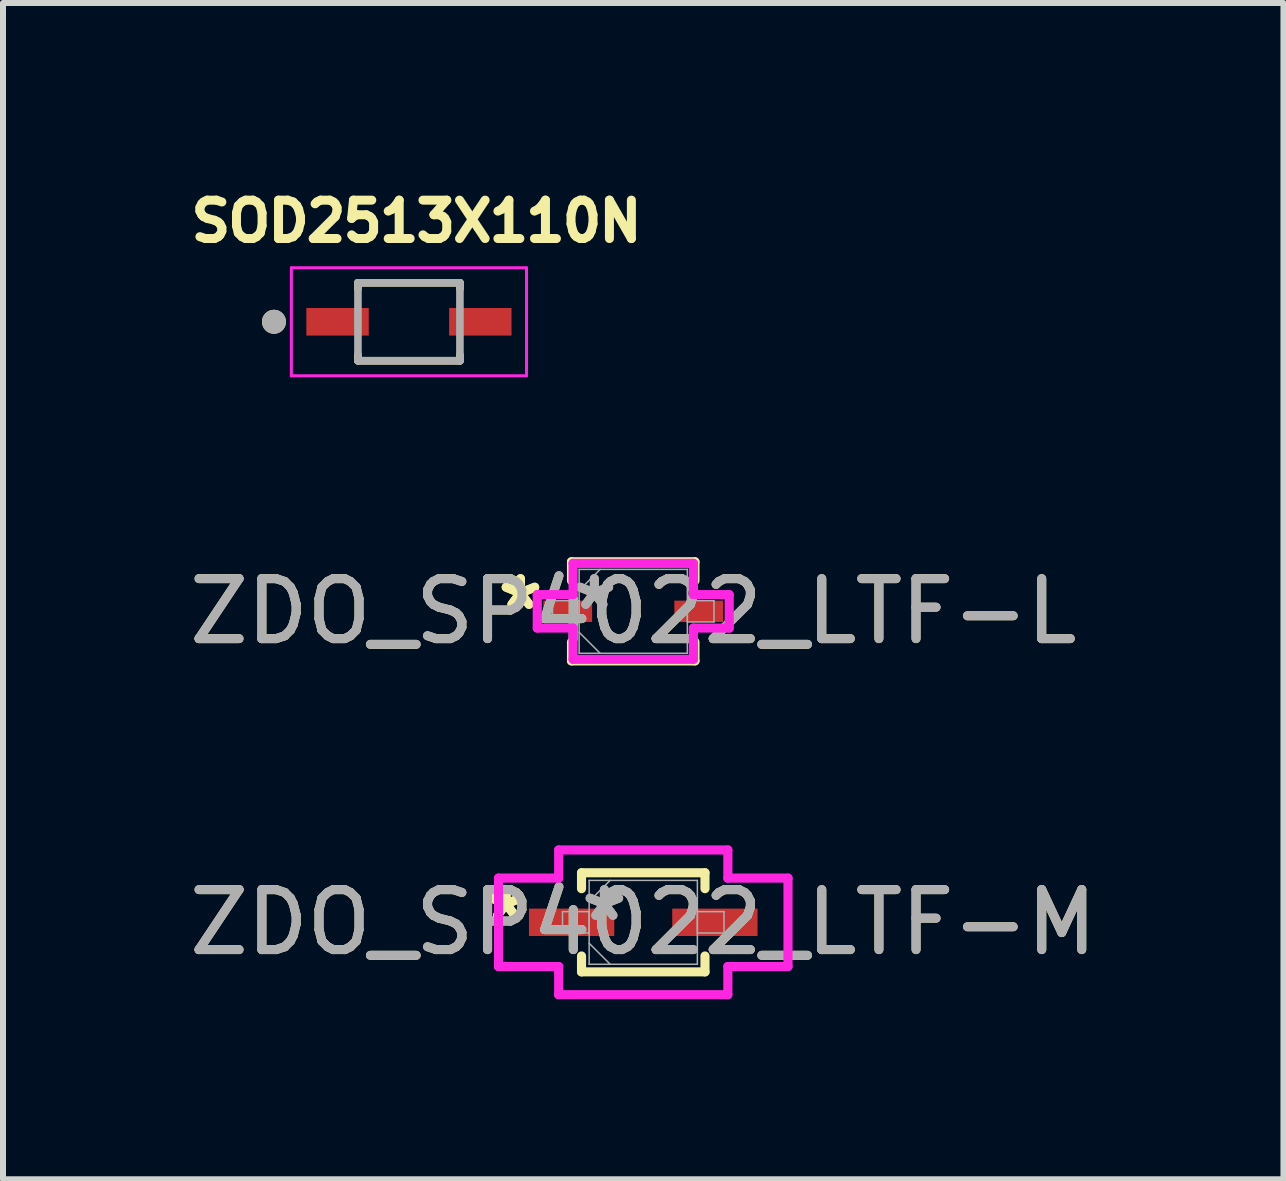
<source format=kicad_pcb>
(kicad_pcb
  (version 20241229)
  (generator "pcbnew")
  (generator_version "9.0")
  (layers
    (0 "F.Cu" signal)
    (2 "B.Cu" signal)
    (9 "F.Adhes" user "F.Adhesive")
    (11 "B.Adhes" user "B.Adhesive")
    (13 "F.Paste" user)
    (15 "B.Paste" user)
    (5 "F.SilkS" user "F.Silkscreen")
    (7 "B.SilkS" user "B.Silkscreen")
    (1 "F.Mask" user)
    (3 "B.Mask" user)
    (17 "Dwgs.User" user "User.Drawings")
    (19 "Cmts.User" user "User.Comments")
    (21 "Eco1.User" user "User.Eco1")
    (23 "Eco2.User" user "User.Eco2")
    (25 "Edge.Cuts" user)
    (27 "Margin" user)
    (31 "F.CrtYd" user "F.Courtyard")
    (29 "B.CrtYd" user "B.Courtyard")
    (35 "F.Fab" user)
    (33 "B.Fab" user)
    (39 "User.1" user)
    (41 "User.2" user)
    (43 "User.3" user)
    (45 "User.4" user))
  (footprint "SOD2513X110N"
    (layer "F.Cu")
    (at 3.767 2.314)
    (property "Reference" "SOD2513X110N" (at 0.127 -1.676 0) (layer "F.SilkS") (effects (font (size 0.64 0.64) (thickness 0.15))))
    (attr smd)
    (fp_line (start -0.85 -0.65) (end 0.85 -0.65) (stroke (width 0.127) (type solid)) (layer "F.SilkS"))
    (fp_line (start -0.85 -0.55) (end -0.85 -0.65) (stroke (width 0.127) (type solid)) (layer "F.SilkS"))
    (fp_line (start -0.85 0.65) (end -0.85 0.55) (stroke (width 0.127) (type solid)) (layer "F.SilkS"))
    (fp_line (start 0.85 -0.65) (end 0.85 -0.55) (stroke (width 0.127) (type solid)) (layer "F.SilkS"))
    (fp_line (start 0.85 0.55) (end 0.85 0.65) (stroke (width 0.127) (type solid)) (layer "F.SilkS"))
    (fp_line (start 0.85 0.65) (end -0.85 0.65) (stroke (width 0.127) (type solid)) (layer "F.SilkS"))
    (fp_circle (center -2.25 0) (end -2.15 0) (stroke (width 0.2) (type solid)) (fill no) (layer "F.SilkS"))
    (fp_line (start -1.96 -0.9) (end 1.96 -0.9) (stroke (width 0.05) (type solid)) (layer "F.CrtYd"))
    (fp_line (start -1.96 0.9) (end -1.96 -0.9) (stroke (width 0.05) (type solid)) (layer "F.CrtYd"))
    (fp_line (start 1.96 -0.9) (end 1.96 0.9) (stroke (width 0.05) (type solid)) (layer "F.CrtYd"))
    (fp_line (start 1.96 0.9) (end -1.96 0.9) (stroke (width 0.05) (type solid)) (layer "F.CrtYd"))
    (fp_line (start -0.85 -0.65) (end 0.85 -0.65) (stroke (width 0.127) (type solid)) (layer "F.Fab"))
    (fp_line (start -0.85 0.65) (end -0.85 -0.65) (stroke (width 0.127) (type solid)) (layer "F.Fab"))
    (fp_line (start 0.85 -0.65) (end 0.85 0.65) (stroke (width 0.127) (type solid)) (layer "F.Fab"))
    (fp_line (start 0.85 0.65) (end -0.85 0.65) (stroke (width 0.127) (type solid)) (layer "F.Fab"))
    (fp_circle (center -2.25 0) (end -2.15 0) (stroke (width 0.2) (type solid)) (fill no) (layer "F.Fab"))
    (pad "A" smd rect (at 1.19 0) (size 1.04 0.46) (layers "F.Cu" "F.Mask" "F.Paste"))
    (pad "K" smd rect (at -1.19 0) (size 1.04 0.46) (layers "F.Cu" "F.Mask" "F.Paste")))
  (footprint "ZDO_SP4022_LTF-M"
    (layer "F.Cu")
    (at 7.673 12.325)
    (property "Reference" "ZDO_SP4022_LTF-M" (at 0 0 0) (unlocked yes) (layer "F.SilkS") (effects (font (size 1 1) (thickness 0.15))))
    (attr smd)
    (fp_line (start -1.029 -0.826) (end -1.029 -0.561) (stroke (width 0.152) (type solid)) (layer "F.SilkS"))
    (fp_line (start -1.029 0.561) (end -1.029 0.826) (stroke (width 0.152) (type solid)) (layer "F.SilkS"))
    (fp_line (start -1.029 0.826) (end 1.029 0.826) (stroke (width 0.152) (type solid)) (layer "F.SilkS"))
    (fp_line (start 1.029 -0.826) (end -1.029 -0.826) (stroke (width 0.152) (type solid)) (layer "F.SilkS"))
    (fp_line (start 1.029 -0.561) (end 1.029 -0.826) (stroke (width 0.152) (type solid)) (layer "F.SilkS"))
    (fp_line (start 1.029 0.826) (end 1.029 0.561) (stroke (width 0.152) (type solid)) (layer "F.SilkS"))
    (fp_line (start -2.413 -0.737) (end -1.41 -0.737) (stroke (width 0.152) (type solid)) (layer "F.CrtYd"))
    (fp_line (start -2.413 0.737) (end -2.413 -0.737) (stroke (width 0.152) (type solid)) (layer "F.CrtYd"))
    (fp_line (start -1.41 -1.206) (end 1.41 -1.206) (stroke (width 0.152) (type solid)) (layer "F.CrtYd"))
    (fp_line (start -1.41 -0.737) (end -1.41 -1.206) (stroke (width 0.152) (type solid)) (layer "F.CrtYd"))
    (fp_line (start -1.41 0.737) (end -2.413 0.737) (stroke (width 0.152) (type solid)) (layer "F.CrtYd"))
    (fp_line (start -1.41 1.206) (end -1.41 0.737) (stroke (width 0.152) (type solid)) (layer "F.CrtYd"))
    (fp_line (start 1.41 -1.206) (end 1.41 -0.737) (stroke (width 0.152) (type solid)) (layer "F.CrtYd"))
    (fp_line (start 1.41 -0.737) (end 2.413 -0.737) (stroke (width 0.152) (type solid)) (layer "F.CrtYd"))
    (fp_line (start 1.41 0.737) (end 1.41 1.206) (stroke (width 0.152) (type solid)) (layer "F.CrtYd"))
    (fp_line (start 1.41 1.206) (end -1.41 1.206) (stroke (width 0.152) (type solid)) (layer "F.CrtYd"))
    (fp_line (start 2.413 -0.737) (end 2.413 0.737) (stroke (width 0.152) (type solid)) (layer "F.CrtYd"))
    (fp_line (start 2.413 0.737) (end 1.41 0.737) (stroke (width 0.152) (type solid)) (layer "F.CrtYd"))
    (fp_line (start -1.346 -0.178) (end -1.346 0.178) (stroke (width 0.025) (type solid)) (layer "F.Fab"))
    (fp_line (start -1.346 0.178) (end -0.902 0.178) (stroke (width 0.025) (type solid)) (layer "F.Fab"))
    (fp_line (start -0.902 -0.699) (end -0.902 0.699) (stroke (width 0.025) (type solid)) (layer "F.Fab"))
    (fp_line (start -0.902 -0.349) (end -0.552 -0.699) (stroke (width 0.025) (type solid)) (layer "F.Fab"))
    (fp_line (start -0.902 -0.178) (end -1.346 -0.178) (stroke (width 0.025) (type solid)) (layer "F.Fab"))
    (fp_line (start -0.902 0.178) (end -0.902 -0.178) (stroke (width 0.025) (type solid)) (layer "F.Fab"))
    (fp_line (start -0.902 0.349) (end -0.552 0.699) (stroke (width 0.025) (type solid)) (layer "F.Fab"))
    (fp_line (start -0.902 0.699) (end 0.902 0.699) (stroke (width 0.025) (type solid)) (layer "F.Fab"))
    (fp_line (start 0.902 -0.699) (end -0.902 -0.699) (stroke (width 0.025) (type solid)) (layer "F.Fab"))
    (fp_line (start 0.902 -0.178) (end 0.902 0.178) (stroke (width 0.025) (type solid)) (layer "F.Fab"))
    (fp_line (start 0.902 0.178) (end 1.346 0.178) (stroke (width 0.025) (type solid)) (layer "F.Fab"))
    (fp_line (start 0.902 0.699) (end 0.902 -0.699) (stroke (width 0.025) (type solid)) (layer "F.Fab"))
    (fp_line (start 1.346 -0.178) (end 0.902 -0.178) (stroke (width 0.025) (type solid)) (layer "F.Fab"))
    (fp_line (start 1.346 0.178) (end 1.346 -0.178) (stroke (width 0.025) (type solid)) (layer "F.Fab"))
    (fp_text user "*" (at -2.286 0 0) (unlocked yes) (layer "F.SilkS") (effects (font (size 1 1) (thickness 0.15))))
    (fp_text user "*" (at -2.286 0 0) (layer "F.SilkS") (effects (font (size 1 1) (thickness 0.15))))
    (fp_text user "*" (at -0.648 0 0) (unlocked yes) (layer "F.Fab") (effects (font (size 1 1) (thickness 0.15))))
    (fp_text user "*" (at -0.648 0 0) (layer "F.Fab") (effects (font (size 1 1) (thickness 0.15))))
    (fp_text user "${REFERENCE}" (at 0 0 0) (unlocked yes) (layer "F.Fab") (effects (font (size 1 1) (thickness 0.15))))
    (pad "1" smd rect (at -1.194 0) (size 1.422 0.457) (layers "F.Cu" "F.Mask" "F.Paste"))
    (pad "2" smd rect (at 1.194 0) (size 1.422 0.457) (layers "F.Cu" "F.Mask" "F.Paste")))
  (footprint "ZDO_SP4022_LTF-L"
    (layer "F.Cu")
    (at 7.506 7.141)
    (property "Reference" "ZDO_SP4022_LTF-L" (at 0 0 0) (unlocked yes) (layer "F.SilkS") (effects (font (size 1 1) (thickness 0.15))))
    (attr smd)
    (fp_line (start -1.029 -0.826) (end -1.029 -0.511) (stroke (width 0.152) (type solid)) (layer "F.SilkS"))
    (fp_line (start -1.029 0.511) (end -1.029 0.826) (stroke (width 0.152) (type solid)) (layer "F.SilkS"))
    (fp_line (start -1.029 0.826) (end 1.029 0.826) (stroke (width 0.152) (type solid)) (layer "F.SilkS"))
    (fp_line (start 1.029 -0.826) (end -1.029 -0.826) (stroke (width 0.152) (type solid)) (layer "F.SilkS"))
    (fp_line (start 1.029 -0.511) (end 1.029 -0.826) (stroke (width 0.152) (type solid)) (layer "F.SilkS"))
    (fp_line (start 1.029 0.826) (end 1.029 0.511) (stroke (width 0.152) (type solid)) (layer "F.SilkS"))
    (fp_line (start -1.6 -0.279) (end -1.003 -0.279) (stroke (width 0.152) (type solid)) (layer "F.CrtYd"))
    (fp_line (start -1.6 0.279) (end -1.6 -0.279) (stroke (width 0.152) (type solid)) (layer "F.CrtYd"))
    (fp_line (start -1.003 -0.8) (end 1.003 -0.8) (stroke (width 0.152) (type solid)) (layer "F.CrtYd"))
    (fp_line (start -1.003 -0.279) (end -1.003 -0.8) (stroke (width 0.152) (type solid)) (layer "F.CrtYd"))
    (fp_line (start -1.003 0.279) (end -1.6 0.279) (stroke (width 0.152) (type solid)) (layer "F.CrtYd"))
    (fp_line (start -1.003 0.8) (end -1.003 0.279) (stroke (width 0.152) (type solid)) (layer "F.CrtYd"))
    (fp_line (start 1.003 -0.8) (end 1.003 -0.279) (stroke (width 0.152) (type solid)) (layer "F.CrtYd"))
    (fp_line (start 1.003 -0.279) (end 1.6 -0.279) (stroke (width 0.152) (type solid)) (layer "F.CrtYd"))
    (fp_line (start 1.003 0.279) (end 1.003 0.8) (stroke (width 0.152) (type solid)) (layer "F.CrtYd"))
    (fp_line (start 1.003 0.8) (end -1.003 0.8) (stroke (width 0.152) (type solid)) (layer "F.CrtYd"))
    (fp_line (start 1.6 -0.279) (end 1.6 0.279) (stroke (width 0.152) (type solid)) (layer "F.CrtYd"))
    (fp_line (start 1.6 0.279) (end 1.003 0.279) (stroke (width 0.152) (type solid)) (layer "F.CrtYd"))
    (fp_line (start -1.346 -0.178) (end -1.346 0.178) (stroke (width 0.025) (type solid)) (layer "F.Fab"))
    (fp_line (start -1.346 0.178) (end -0.902 0.178) (stroke (width 0.025) (type solid)) (layer "F.Fab"))
    (fp_line (start -0.902 -0.699) (end -0.902 0.699) (stroke (width 0.025) (type solid)) (layer "F.Fab"))
    (fp_line (start -0.902 -0.349) (end -0.552 -0.699) (stroke (width 0.025) (type solid)) (layer "F.Fab"))
    (fp_line (start -0.902 -0.178) (end -1.346 -0.178) (stroke (width 0.025) (type solid)) (layer "F.Fab"))
    (fp_line (start -0.902 0.178) (end -0.902 -0.178) (stroke (width 0.025) (type solid)) (layer "F.Fab"))
    (fp_line (start -0.902 0.349) (end -0.552 0.699) (stroke (width 0.025) (type solid)) (layer "F.Fab"))
    (fp_line (start -0.902 0.699) (end 0.902 0.699) (stroke (width 0.025) (type solid)) (layer "F.Fab"))
    (fp_line (start 0.902 -0.699) (end -0.902 -0.699) (stroke (width 0.025) (type solid)) (layer "F.Fab"))
    (fp_line (start 0.902 -0.178) (end 0.902 0.178) (stroke (width 0.025) (type solid)) (layer "F.Fab"))
    (fp_line (start 0.902 0.178) (end 1.346 0.178) (stroke (width 0.025) (type solid)) (layer "F.Fab"))
    (fp_line (start 0.902 0.699) (end 0.902 -0.699) (stroke (width 0.025) (type solid)) (layer "F.Fab"))
    (fp_line (start 1.346 -0.178) (end 0.902 -0.178) (stroke (width 0.025) (type solid)) (layer "F.Fab"))
    (fp_line (start 1.346 0.178) (end 1.346 -0.178) (stroke (width 0.025) (type solid)) (layer "F.Fab"))
    (fp_text user "*" (at -1.88 0 0) (unlocked yes) (layer "F.SilkS") (effects (font (size 1 1) (thickness 0.15))))
    (fp_text user "*" (at -1.88 0 0) (layer "F.SilkS") (effects (font (size 1 1) (thickness 0.15))))
    (fp_text user "*" (at -0.648 0 0) (layer "F.Fab") (effects (font (size 1 1) (thickness 0.15))))
    (fp_text user "*" (at -0.648 0 0) (unlocked yes) (layer "F.Fab") (effects (font (size 1 1) (thickness 0.15))))
    (fp_text user "${REFERENCE}" (at 0 0 0) (unlocked yes) (layer "F.Fab") (effects (font (size 1 1) (thickness 0.15))))
    (pad "1" smd rect (at -1.092 0) (size 0.813 0.356) (layers "F.Cu" "F.Mask" "F.Paste"))
    (pad "2" smd rect (at 1.092 0) (size 0.813 0.356) (layers "F.Cu" "F.Mask" "F.Paste")))
  (gr_rect
    (start -3 -3)
    (end 18.345 16.608)
    (stroke (width 0.1) (type default))
    (fill no)
    (layer "Edge.Cuts")))
</source>
